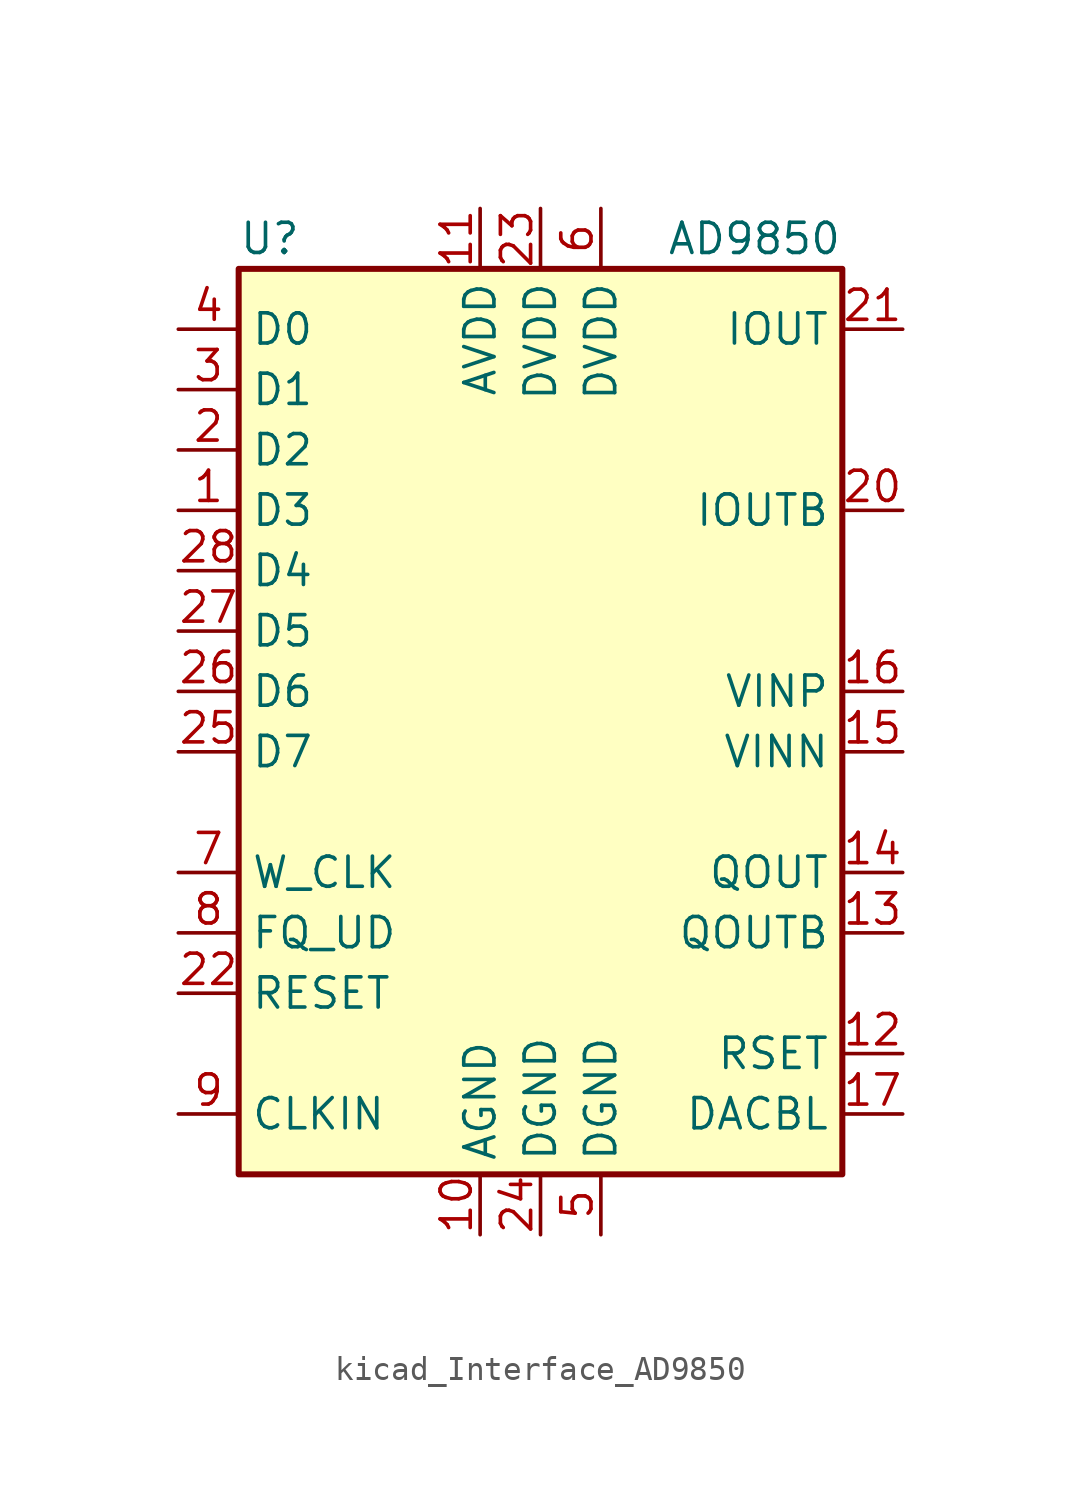
<source format=kicad_sym>
(kicad_symbol_lib
  (version 20220914)
  (generator kicad_symbol_editor)
  (symbol "kicad_Interface_AD9850"
    (property "Reference" "U"
      (at -12.7 19.05 0)
      (effects (font (size 1.27 1.27)) (justify left)))
    (property "Value" "AD9850"
      (at 12.7 19.05 0)
      (effects (font (size 1.27 1.27)) (justify right)))
    (symbol "kicad_Interface_AD9850_0_1"
      (rectangle (start -12.7 17.78) (end 12.7 -20.32) (stroke (width 0.254) (type default)) (fill (type background))))
    (symbol "kicad_Interface_AD9850_1_1"
      (pin input line (at -15.24 7.62 0) (length 2.54) (name "D3" (effects (font (size 1.27 1.27)))) (number "1" (effects (font (size 1.27 1.27)))))
      (pin power_in line (at -2.54 -22.86 90) (length 2.54) (name "AGND" (effects (font (size 1.27 1.27)))) (number "10" (effects (font (size 1.27 1.27)))))
      (pin power_in line (at -2.54 20.32 270) (length 2.54) (name "AVDD" (effects (font (size 1.27 1.27)))) (number "11" (effects (font (size 1.27 1.27)))))
      (pin passive line (at 15.24 -15.24 180) (length 2.54) (name "RSET" (effects (font (size 1.27 1.27)))) (number "12" (effects (font (size 1.27 1.27)))))
      (pin output line (at 15.24 -10.16 180) (length 2.54) (name "QOUTB" (effects (font (size 1.27 1.27)))) (number "13" (effects (font (size 1.27 1.27)))))
      (pin output line (at 15.24 -7.62 180) (length 2.54) (name "QOUT" (effects (font (size 1.27 1.27)))) (number "14" (effects (font (size 1.27 1.27)))))
      (pin input line (at 15.24 -2.54 180) (length 2.54) (name "VINN" (effects (font (size 1.27 1.27)))) (number "15" (effects (font (size 1.27 1.27)))))
      (pin input line (at 15.24 0 180) (length 2.54) (name "VINP" (effects (font (size 1.27 1.27)))) (number "16" (effects (font (size 1.27 1.27)))))
      (pin passive line (at 15.24 -17.78 180) (length 2.54) (name "DACBL" (effects (font (size 1.27 1.27)))) (number "17" (effects (font (size 1.27 1.27)))))
      (pin passive line (at -2.54 20.32 270) (length 2.54) hide (name "AVDD" (effects (font (size 1.27 1.27)))) (number "18" (effects (font (size 1.27 1.27)))))
      (pin passive line (at -2.54 -22.86 90) (length 2.54) hide (name "AGND" (effects (font (size 1.27 1.27)))) (number "19" (effects (font (size 1.27 1.27)))))
      (pin input line (at -15.24 10.16 0) (length 2.54) (name "D2" (effects (font (size 1.27 1.27)))) (number "2" (effects (font (size 1.27 1.27)))))
      (pin output line (at 15.24 7.62 180) (length 2.54) (name "IOUTB" (effects (font (size 1.27 1.27)))) (number "20" (effects (font (size 1.27 1.27)))))
      (pin output line (at 15.24 15.24 180) (length 2.54) (name "IOUT" (effects (font (size 1.27 1.27)))) (number "21" (effects (font (size 1.27 1.27)))))
      (pin input line (at -15.24 -12.7 0) (length 2.54) (name "RESET" (effects (font (size 1.27 1.27)))) (number "22" (effects (font (size 1.27 1.27)))))
      (pin power_in line (at 0 20.32 270) (length 2.54) (name "DVDD" (effects (font (size 1.27 1.27)))) (number "23" (effects (font (size 1.27 1.27)))))
      (pin power_in line (at 0 -22.86 90) (length 2.54) (name "DGND" (effects (font (size 1.27 1.27)))) (number "24" (effects (font (size 1.27 1.27)))))
      (pin input line (at -15.24 -2.54 0) (length 2.54) (name "D7" (effects (font (size 1.27 1.27)))) (number "25" (effects (font (size 1.27 1.27)))))
      (pin input line (at -15.24 0 0) (length 2.54) (name "D6" (effects (font (size 1.27 1.27)))) (number "26" (effects (font (size 1.27 1.27)))))
      (pin input line (at -15.24 2.54 0) (length 2.54) (name "D5" (effects (font (size 1.27 1.27)))) (number "27" (effects (font (size 1.27 1.27)))))
      (pin input line (at -15.24 5.08 0) (length 2.54) (name "D4" (effects (font (size 1.27 1.27)))) (number "28" (effects (font (size 1.27 1.27)))))
      (pin input line (at -15.24 12.7 0) (length 2.54) (name "D1" (effects (font (size 1.27 1.27)))) (number "3" (effects (font (size 1.27 1.27)))))
      (pin input line (at -15.24 15.24 0) (length 2.54) (name "D0" (effects (font (size 1.27 1.27)))) (number "4" (effects (font (size 1.27 1.27)))))
      (pin power_in line (at 2.54 -22.86 90) (length 2.54) (name "DGND" (effects (font (size 1.27 1.27)))) (number "5" (effects (font (size 1.27 1.27)))))
      (pin power_in line (at 2.54 20.32 270) (length 2.54) (name "DVDD" (effects (font (size 1.27 1.27)))) (number "6" (effects (font (size 1.27 1.27)))))
      (pin input line (at -15.24 -7.62 0) (length 2.54) (name "W_CLK" (effects (font (size 1.27 1.27)))) (number "7" (effects (font (size 1.27 1.27)))))
      (pin input line (at -15.24 -10.16 0) (length 2.54) (name "FQ_UD" (effects (font (size 1.27 1.27)))) (number "8" (effects (font (size 1.27 1.27)))))
      (pin input line (at -15.24 -17.78 0) (length 2.54) (name "CLKIN" (effects (font (size 1.27 1.27)))) (number "9" (effects (font (size 1.27 1.27))))))))
</source>
